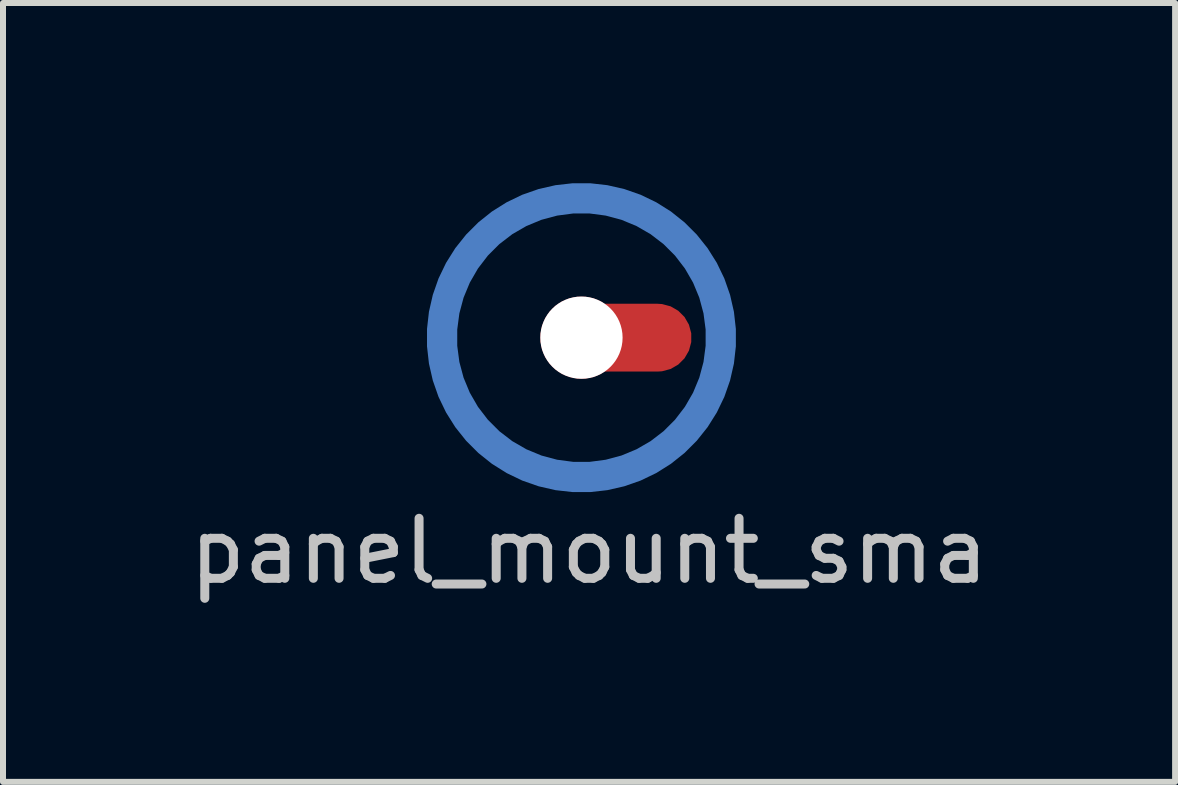
<source format=kicad_pcb>
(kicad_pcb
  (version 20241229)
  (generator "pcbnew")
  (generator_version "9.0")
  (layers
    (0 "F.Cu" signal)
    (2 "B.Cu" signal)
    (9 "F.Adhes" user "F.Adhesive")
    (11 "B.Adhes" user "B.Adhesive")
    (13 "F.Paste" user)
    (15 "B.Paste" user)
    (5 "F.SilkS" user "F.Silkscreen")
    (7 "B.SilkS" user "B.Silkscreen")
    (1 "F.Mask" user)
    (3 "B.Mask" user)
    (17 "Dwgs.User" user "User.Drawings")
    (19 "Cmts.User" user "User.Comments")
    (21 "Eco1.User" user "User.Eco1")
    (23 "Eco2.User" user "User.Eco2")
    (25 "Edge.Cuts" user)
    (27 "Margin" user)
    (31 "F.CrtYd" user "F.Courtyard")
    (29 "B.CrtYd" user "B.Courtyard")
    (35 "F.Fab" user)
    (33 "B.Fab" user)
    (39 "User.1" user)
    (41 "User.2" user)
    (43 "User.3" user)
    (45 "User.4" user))
  (footprint "panel_mount_sma"
    (layer "F.Cu")
    (at 6.641 2.578)
    (property "Reference" "panel_mount_sma" (at 0.127 3.556 0) (layer "Dwgs.User") (effects (font (size 1 1) (thickness 0.15))))
    (attr through_hole)
    (pad "" np_thru_hole custom (at 0 0) (size 1.372 1.372) (drill 1.372) (layers "F.Cu" "F.Mask") (options (anchor circle)) (primitives (gr_line (start 0 0) (end 1.27 0) (width 1.13))))
    (pad "2" smd custom (at 0 2.286) (size 0.254 0.254) (layers "B.Cu" "B.Mask") (options (anchor circle)) (primitives (gr_circle (center 0 -2.286) (end 2.324 -2.286) (width 0.508) (fill no)))))
  (gr_rect
    (start -3 -3)
    (end 16.536 9.982)
    (stroke (width 0.1) (type default))
    (fill no)
    (layer "Edge.Cuts")))
</source>
